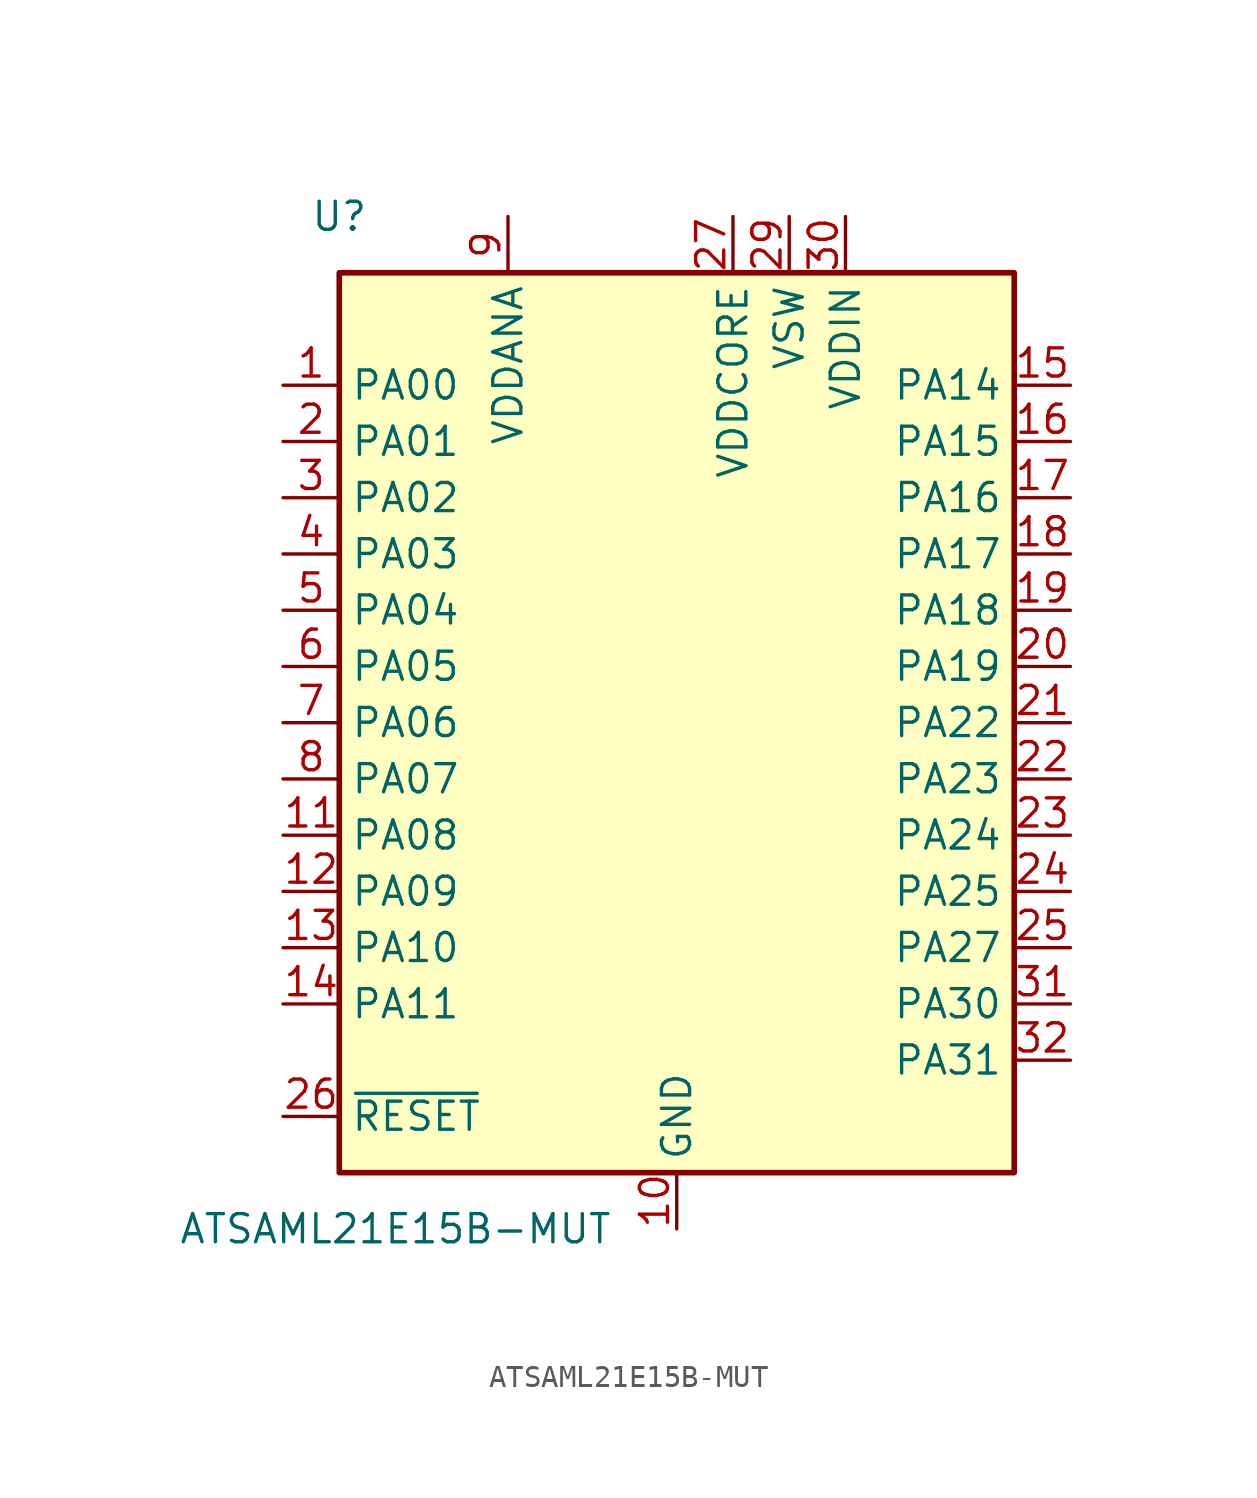
<source format=kicad_sym>
(kicad_symbol_lib
  (version 20241209)
  (generator "kicad_symbol_editor")
  (generator_version "9.0")
  (symbol "ATSAML21E15B-MUT"
    (property "Reference" "U"
      (at -15.24 22.86 0)
      (effects (font (size 1.27 1.27))))
    (property "Value" "ATSAML21E15B-MUT"
      (at -12.7 -22.86 0)
      (effects (font (size 1.27 1.27))))
    (symbol "ATSAML21E15B-MUT_0_1"
      (rectangle (start -15.24 20.32) (end 15.24 -20.32) (stroke (width 0.254) (type default)) (fill (type background))))
    (symbol "ATSAML21E15B-MUT_1_1"
      (pin bidirectional line (at -17.78 15.24 0) (length 2.54) (name "PA00" (effects (font (size 1.27 1.27)))) (number "1" (effects (font (size 1.27 1.27)))))
      (pin bidirectional line (at -17.78 12.7 0) (length 2.54) (name "PA01" (effects (font (size 1.27 1.27)))) (number "2" (effects (font (size 1.27 1.27)))))
      (pin bidirectional line (at -17.78 10.16 0) (length 2.54) (name "PA02" (effects (font (size 1.27 1.27)))) (number "3" (effects (font (size 1.27 1.27)))))
      (pin bidirectional line (at -17.78 7.62 0) (length 2.54) (name "PA03" (effects (font (size 1.27 1.27)))) (number "4" (effects (font (size 1.27 1.27)))))
      (pin bidirectional line (at -17.78 5.08 0) (length 2.54) (name "PA04" (effects (font (size 1.27 1.27)))) (number "5" (effects (font (size 1.27 1.27)))))
      (pin bidirectional line (at -17.78 2.54 0) (length 2.54) (name "PA05" (effects (font (size 1.27 1.27)))) (number "6" (effects (font (size 1.27 1.27)))))
      (pin bidirectional line (at -17.78 0 0) (length 2.54) (name "PA06" (effects (font (size 1.27 1.27)))) (number "7" (effects (font (size 1.27 1.27)))))
      (pin bidirectional line (at -17.78 -2.54 0) (length 2.54) (name "PA07" (effects (font (size 1.27 1.27)))) (number "8" (effects (font (size 1.27 1.27)))))
      (pin bidirectional line (at -17.78 -5.08 0) (length 2.54) (name "PA08" (effects (font (size 1.27 1.27)))) (number "11" (effects (font (size 1.27 1.27)))))
      (pin bidirectional line (at -17.78 -7.62 0) (length 2.54) (name "PA09" (effects (font (size 1.27 1.27)))) (number "12" (effects (font (size 1.27 1.27)))))
      (pin bidirectional line (at -17.78 -10.16 0) (length 2.54) (name "PA10" (effects (font (size 1.27 1.27)))) (number "13" (effects (font (size 1.27 1.27)))))
      (pin bidirectional line (at -17.78 -12.7 0) (length 2.54) (name "PA11" (effects (font (size 1.27 1.27)))) (number "14" (effects (font (size 1.27 1.27)))))
      (pin input line (at -17.78 -17.78 0) (length 2.54) (name "~{RESET}" (effects (font (size 1.27 1.27)))) (number "26" (effects (font (size 1.27 1.27)))))
      (pin power_in line (at -7.62 22.86 270) (length 2.54) (name "VDDANA" (effects (font (size 1.27 1.27)))) (number "9" (effects (font (size 1.27 1.27)))))
      (pin power_in line (at 0 -22.86 90) (length 2.54) (name "GND" (effects (font (size 1.27 1.27)))) (number "10" (effects (font (size 1.27 1.27)))))
      (pin passive line (at 0 -22.86 90) (length 2.54) (hide yes) (name "GND" (effects (font (size 1.27 1.27)))) (number "28" (effects (font (size 1.27 1.27)))))
      (pin passive line (at 0 -22.86 90) (length 2.54) (hide yes) (name "GND" (effects (font (size 1.27 1.27)))) (number "33" (effects (font (size 1.27 1.27)))))
      (pin power_in line (at 2.54 22.86 270) (length 2.54) (name "VDDCORE" (effects (font (size 1.27 1.27)))) (number "27" (effects (font (size 1.27 1.27)))))
      (pin power_out line (at 5.08 22.86 270) (length 2.54) (name "VSW" (effects (font (size 1.27 1.27)))) (number "29" (effects (font (size 1.27 1.27)))))
      (pin power_in line (at 7.62 22.86 270) (length 2.54) (name "VDDIN" (effects (font (size 1.27 1.27)))) (number "30" (effects (font (size 1.27 1.27)))))
      (pin bidirectional line (at 17.78 15.24 180) (length 2.54) (name "PA14" (effects (font (size 1.27 1.27)))) (number "15" (effects (font (size 1.27 1.27)))))
      (pin bidirectional line (at 17.78 12.7 180) (length 2.54) (name "PA15" (effects (font (size 1.27 1.27)))) (number "16" (effects (font (size 1.27 1.27)))))
      (pin bidirectional line (at 17.78 10.16 180) (length 2.54) (name "PA16" (effects (font (size 1.27 1.27)))) (number "17" (effects (font (size 1.27 1.27)))))
      (pin bidirectional line (at 17.78 7.62 180) (length 2.54) (name "PA17" (effects (font (size 1.27 1.27)))) (number "18" (effects (font (size 1.27 1.27)))))
      (pin bidirectional line (at 17.78 5.08 180) (length 2.54) (name "PA18" (effects (font (size 1.27 1.27)))) (number "19" (effects (font (size 1.27 1.27)))))
      (pin bidirectional line (at 17.78 2.54 180) (length 2.54) (name "PA19" (effects (font (size 1.27 1.27)))) (number "20" (effects (font (size 1.27 1.27)))))
      (pin bidirectional line (at 17.78 0 180) (length 2.54) (name "PA22" (effects (font (size 1.27 1.27)))) (number "21" (effects (font (size 1.27 1.27)))))
      (pin bidirectional line (at 17.78 -2.54 180) (length 2.54) (name "PA23" (effects (font (size 1.27 1.27)))) (number "22" (effects (font (size 1.27 1.27)))))
      (pin bidirectional line (at 17.78 -5.08 180) (length 2.54) (name "PA24" (effects (font (size 1.27 1.27)))) (number "23" (effects (font (size 1.27 1.27)))))
      (pin bidirectional line (at 17.78 -7.62 180) (length 2.54) (name "PA25" (effects (font (size 1.27 1.27)))) (number "24" (effects (font (size 1.27 1.27)))))
      (pin bidirectional line (at 17.78 -10.16 180) (length 2.54) (name "PA27" (effects (font (size 1.27 1.27)))) (number "25" (effects (font (size 1.27 1.27)))))
      (pin bidirectional line (at 17.78 -12.7 180) (length 2.54) (name "PA30" (effects (font (size 1.27 1.27)))) (number "31" (effects (font (size 1.27 1.27)))))
      (pin bidirectional line (at 17.78 -15.24 180) (length 2.54) (name "PA31" (effects (font (size 1.27 1.27)))) (number "32" (effects (font (size 1.27 1.27))))))))
</source>
